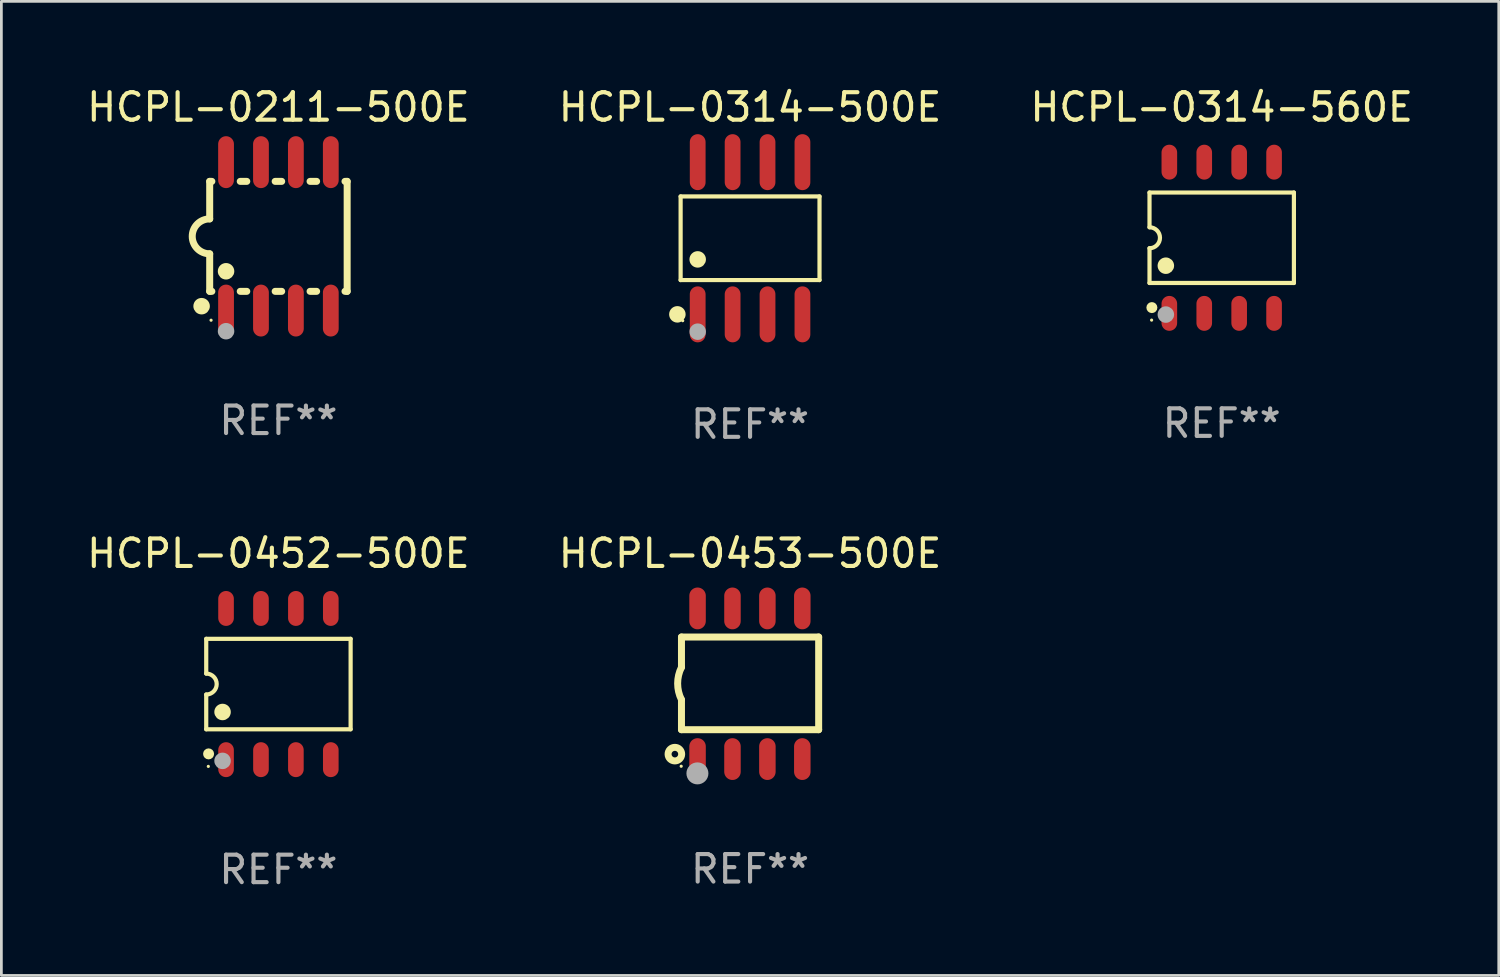
<source format=kicad_pcb>
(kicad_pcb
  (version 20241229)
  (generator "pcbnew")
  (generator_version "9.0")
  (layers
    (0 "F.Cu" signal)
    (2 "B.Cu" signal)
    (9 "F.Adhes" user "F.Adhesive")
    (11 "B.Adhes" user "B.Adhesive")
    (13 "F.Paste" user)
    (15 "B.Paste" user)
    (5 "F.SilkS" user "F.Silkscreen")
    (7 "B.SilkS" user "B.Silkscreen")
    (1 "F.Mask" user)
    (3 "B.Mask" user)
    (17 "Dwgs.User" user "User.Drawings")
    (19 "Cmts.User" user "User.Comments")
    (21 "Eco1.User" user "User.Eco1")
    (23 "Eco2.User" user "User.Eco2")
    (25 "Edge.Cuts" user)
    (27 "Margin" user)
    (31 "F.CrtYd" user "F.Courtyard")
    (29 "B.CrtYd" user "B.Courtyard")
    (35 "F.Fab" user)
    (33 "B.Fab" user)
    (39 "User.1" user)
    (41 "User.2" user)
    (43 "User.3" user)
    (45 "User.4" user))
  (footprint "HCPL-0453-500E"
    (layer "F.Cu")
    (at 24.232 21.82)
    (property "Reference" "HCPL-0453-500E" (at 0 -4.74 0) (layer "F.SilkS") (effects (font (size 1 1) (thickness 0.15))))
    (attr through_hole)
    (fp_line (start -2.495 -1.7) (end 2.495 -1.7) (stroke (width 0.254) (type solid)) (layer "F.SilkS"))
    (fp_line (start -2.495 -0.6) (end -2.495 -1.7) (stroke (width 0.254) (type solid)) (layer "F.SilkS"))
    (fp_line (start -2.495 1.671) (end -2.495 0.58) (stroke (width 0.254) (type solid)) (layer "F.SilkS"))
    (fp_line (start 2.495 -1.7) (end 2.495 1.671) (stroke (width 0.254) (type solid)) (layer "F.SilkS"))
    (fp_line (start 2.495 1.671) (end -2.495 1.671) (stroke (width 0.254) (type solid)) (layer "F.SilkS"))
    (fp_arc (start -2.495009 0.58001) (mid -2.634112 -0.009995) (end -2.495009 -0.6) (stroke (width 0.254001) (type solid)) (layer "F.SilkS"))
    (fp_circle (center -2.735 2.56) (end -2.615 2.56) (stroke (width 0.254) (type solid)) (fill no) (layer "F.SilkS"))
    (fp_circle (center -2.505 3) (end -2.475 3) (stroke (width 0.06) (type solid)) (fill no) (layer "F.SilkS"))
    (fp_circle (center -1.915 3.26) (end -1.715 3.26) (stroke (width 0.4) (type solid)) (fill no) (layer "F.Fab"))
    (fp_text user "REF**" (at 0 6.74 0) (layer "F.Fab") (effects (font (size 1 1) (thickness 0.15))))
    (pad "1" smd oval (at -1.91 2.74) (size 0.6 1.52) (layers "F.Cu" "F.Mask" "F.Paste"))
    (pad "2" smd oval (at -0.64 2.74) (size 0.6 1.52) (layers "F.Cu" "F.Mask" "F.Paste"))
    (pad "3" smd oval (at 0.63 2.74) (size 0.6 1.52) (layers "F.Cu" "F.Mask" "F.Paste"))
    (pad "4" smd oval (at 1.9 2.74) (size 0.6 1.52) (layers "F.Cu" "F.Mask" "F.Paste"))
    (pad "5" smd oval (at 1.9 -2.74) (size 0.6 1.52) (layers "F.Cu" "F.Mask" "F.Paste"))
    (pad "6" smd oval (at 0.63 -2.74) (size 0.6 1.52) (layers "F.Cu" "F.Mask" "F.Paste"))
    (pad "7" smd oval (at -0.64 -2.74) (size 0.6 1.52) (layers "F.Cu" "F.Mask" "F.Paste"))
    (pad "8" smd oval (at -1.91 -2.74) (size 0.6 1.52) (layers "F.Cu" "F.Mask" "F.Paste")))
  (footprint "HCPL-0314-500E"
    (layer "F.Cu")
    (at 24.232 5.616)
    (property "Reference" "HCPL-0314-500E" (at 0 -4.768 0) (layer "F.SilkS") (effects (font (size 1 1) (thickness 0.15))))
    (attr through_hole)
    (fp_line (start -2.526 -1.521) (end 2.526 -1.521) (stroke (width 0.152) (type solid)) (layer "F.SilkS"))
    (fp_line (start -2.526 1.521) (end -2.526 -1.521) (stroke (width 0.152) (type solid)) (layer "F.SilkS"))
    (fp_line (start 2.526 -1.521) (end 2.526 1.521) (stroke (width 0.152) (type solid)) (layer "F.SilkS"))
    (fp_line (start 2.526 1.521) (end -2.526 1.521) (stroke (width 0.152) (type solid)) (layer "F.SilkS"))
    (fp_circle (center -2.644 2.768) (end -2.494 2.768) (stroke (width 0.3) (type solid)) (fill no) (layer "F.SilkS"))
    (fp_circle (center -2.45 2.998) (end -2.42 2.998) (stroke (width 0.06) (type solid)) (fill no) (layer "F.SilkS"))
    (fp_circle (center -1.905 0.769) (end -1.755 0.769) (stroke (width 0.3) (type solid)) (fill no) (layer "F.SilkS"))
    (fp_circle (center -1.905 3.398) (end -1.755 3.398) (stroke (width 0.3) (type solid)) (fill no) (layer "F.Fab"))
    (fp_text user "REF**" (at 0 6.768 0) (layer "F.Fab") (effects (font (size 1 1) (thickness 0.15))))
    (pad "1" smd oval (at -1.905 2.768) (size 0.574 2.036) (layers "F.Cu" "F.Mask" "F.Paste"))
    (pad "2" smd oval (at -0.635 2.768) (size 0.574 2.036) (layers "F.Cu" "F.Mask" "F.Paste"))
    (pad "3" smd oval (at 0.635 2.768) (size 0.574 2.036) (layers "F.Cu" "F.Mask" "F.Paste"))
    (pad "4" smd oval (at 1.905 2.768) (size 0.574 2.036) (layers "F.Cu" "F.Mask" "F.Paste"))
    (pad "5" smd oval (at 1.905 -2.768) (size 0.574 2.036) (layers "F.Cu" "F.Mask" "F.Paste"))
    (pad "6" smd oval (at 0.635 -2.768) (size 0.574 2.036) (layers "F.Cu" "F.Mask" "F.Paste"))
    (pad "7" smd oval (at -0.635 -2.768) (size 0.574 2.036) (layers "F.Cu" "F.Mask" "F.Paste"))
    (pad "8" smd oval (at -1.905 -2.768) (size 0.574 2.036) (layers "F.Cu" "F.Mask" "F.Paste")))
  (footprint "HCPL-0211-500E"
    (layer "F.Cu")
    (at 7.077 5.547)
    (property "Reference" "HCPL-0211-500E" (at 0 -4.699 0) (layer "F.SilkS") (effects (font (size 1 1) (thickness 0.15))))
    (attr through_hole)
    (fp_line (start -2.5 -2) (end -2.5 -0.635) (stroke (width 0.254) (type solid)) (layer "F.SilkS"))
    (fp_line (start -2.5 -2) (end -2.421 -2) (stroke (width 0.254) (type solid)) (layer "F.SilkS"))
    (fp_line (start -2.5 2) (end -2.5 0.635) (stroke (width 0.254) (type solid)) (layer "F.SilkS"))
    (fp_line (start -2.5 2) (end -2.421 2) (stroke (width 0.254) (type solid)) (layer "F.SilkS"))
    (fp_line (start -1.389 -2) (end -1.151 -2) (stroke (width 0.254) (type solid)) (layer "F.SilkS"))
    (fp_line (start -1.389 2) (end -1.151 2) (stroke (width 0.254) (type solid)) (layer "F.SilkS"))
    (fp_line (start -0.119 -2) (end 0.119 -2) (stroke (width 0.254) (type solid)) (layer "F.SilkS"))
    (fp_line (start -0.119 2) (end 0.119 2) (stroke (width 0.254) (type solid)) (layer "F.SilkS"))
    (fp_line (start 1.151 -2) (end 1.389 -2) (stroke (width 0.254) (type solid)) (layer "F.SilkS"))
    (fp_line (start 1.151 2) (end 1.389 2) (stroke (width 0.254) (type solid)) (layer "F.SilkS"))
    (fp_line (start 2.421 -2) (end 2.5 -2) (stroke (width 0.254) (type solid)) (layer "F.SilkS"))
    (fp_line (start 2.421 2) (end 2.5 2) (stroke (width 0.254) (type solid)) (layer "F.SilkS"))
    (fp_line (start 2.5 -2) (end 2.5 2) (stroke (width 0.254) (type solid)) (layer "F.SilkS"))
    (fp_arc (start -2.5 0.635001) (mid -3.134366 -0.000318) (end -2.499365 -0.635001) (stroke (width 0.254001) (type solid)) (layer "F.SilkS"))
    (fp_circle (center -2.794 2.54) (end -2.644 2.54) (stroke (width 0.3) (type solid)) (fill no) (layer "F.SilkS"))
    (fp_circle (center -2.45 3.05) (end -2.42 3.05) (stroke (width 0.06) (type solid)) (fill no) (layer "F.SilkS"))
    (fp_circle (center -1.905 1.27) (end -1.755 1.27) (stroke (width 0.3) (type solid)) (fill no) (layer "F.SilkS"))
    (fp_circle (center -1.905 3.45) (end -1.755 3.45) (stroke (width 0.3) (type solid)) (fill no) (layer "F.Fab"))
    (fp_text user "REF**" (at 0 6.699 0) (layer "F.Fab") (effects (font (size 1 1) (thickness 0.15))))
    (pad "1" smd oval (at -1.905 2.699) (size 0.574 1.888) (layers "F.Cu" "F.Mask" "F.Paste"))
    (pad "2" smd oval (at -0.635 2.699) (size 0.574 1.888) (layers "F.Cu" "F.Mask" "F.Paste"))
    (pad "3" smd oval (at 0.635 2.699) (size 0.574 1.888) (layers "F.Cu" "F.Mask" "F.Paste"))
    (pad "4" smd oval (at 1.905 2.699) (size 0.574 1.888) (layers "F.Cu" "F.Mask" "F.Paste"))
    (pad "5" smd oval (at 1.905 -2.699) (size 0.574 1.888) (layers "F.Cu" "F.Mask" "F.Paste"))
    (pad "6" smd oval (at 0.635 -2.699) (size 0.574 1.888) (layers "F.Cu" "F.Mask" "F.Paste"))
    (pad "7" smd oval (at -0.635 -2.699) (size 0.574 1.888) (layers "F.Cu" "F.Mask" "F.Paste"))
    (pad "8" smd oval (at -1.905 -2.699) (size 0.574 1.888) (layers "F.Cu" "F.Mask" "F.Paste")))
  (footprint "HCPL-0314-560E"
    (layer "F.Cu")
    (at 41.387 5.598)
    (property "Reference" "HCPL-0314-560E" (at 0 -4.75 0) (layer "F.SilkS") (effects (font (size 1 1) (thickness 0.15))))
    (attr through_hole)
    (fp_line (start -2.626 -1.645) (end 2.626 -1.645) (stroke (width 0.152) (type solid)) (layer "F.SilkS"))
    (fp_line (start -2.626 -0.381) (end -2.626 -1.645) (stroke (width 0.152) (type solid)) (layer "F.SilkS"))
    (fp_line (start -2.626 0.381) (end -2.626 1.645) (stroke (width 0.152) (type solid)) (layer "F.SilkS"))
    (fp_line (start 2.626 -1.645) (end 2.626 1.645) (stroke (width 0.152) (type solid)) (layer "F.SilkS"))
    (fp_line (start 2.626 1.645) (end -2.626 1.645) (stroke (width 0.152) (type solid)) (layer "F.SilkS"))
    (fp_arc (start -2.626213 -0.381001) (mid -2.245212 0) (end -2.626213 0.381001) (stroke (width 0.151994) (type solid)) (layer "F.SilkS"))
    (fp_circle (center -2.55 2.995) (end -2.52 2.995) (stroke (width 0.06) (type solid)) (fill no) (layer "F.SilkS"))
    (fp_circle (center -2.54 2.54) (end -2.44 2.54) (stroke (width 0.2) (type solid)) (fill no) (layer "F.SilkS"))
    (fp_circle (center -2.032 1.016) (end -1.882 1.016) (stroke (width 0.3) (type solid)) (fill no) (layer "F.SilkS"))
    (fp_circle (center -2.032 2.794) (end -1.882 2.794) (stroke (width 0.3) (type solid)) (fill no) (layer "F.Fab"))
    (fp_text user "REF**" (at 0 6.75 0) (layer "F.Fab") (effects (font (size 1 1) (thickness 0.15))))
    (pad "1" smd oval (at -1.905 2.75) (size 0.568 1.27) (layers "F.Cu" "F.Mask" "F.Paste"))
    (pad "2" smd oval (at -0.635 2.75) (size 0.568 1.27) (layers "F.Cu" "F.Mask" "F.Paste"))
    (pad "3" smd oval (at 0.635 2.75) (size 0.568 1.27) (layers "F.Cu" "F.Mask" "F.Paste"))
    (pad "4" smd oval (at 1.905 2.75) (size 0.568 1.27) (layers "F.Cu" "F.Mask" "F.Paste"))
    (pad "5" smd oval (at 1.905 -2.75) (size 0.568 1.27) (layers "F.Cu" "F.Mask" "F.Paste"))
    (pad "6" smd oval (at 0.635 -2.75) (size 0.568 1.27) (layers "F.Cu" "F.Mask" "F.Paste"))
    (pad "7" smd oval (at -0.635 -2.75) (size 0.568 1.27) (layers "F.Cu" "F.Mask" "F.Paste"))
    (pad "8" smd oval (at -1.905 -2.75) (size 0.568 1.27) (layers "F.Cu" "F.Mask" "F.Paste")))
  (footprint "HCPL-0452-500E"
    (layer "F.Cu")
    (at 7.077 21.831)
    (property "Reference" "HCPL-0452-500E" (at 0 -4.75 0) (layer "F.SilkS") (effects (font (size 1 1) (thickness 0.15))))
    (attr through_hole)
    (fp_line (start -2.626 -1.645) (end 2.626 -1.645) (stroke (width 0.152) (type solid)) (layer "F.SilkS"))
    (fp_line (start -2.626 -0.381) (end -2.626 -1.645) (stroke (width 0.152) (type solid)) (layer "F.SilkS"))
    (fp_line (start -2.626 0.381) (end -2.626 1.645) (stroke (width 0.152) (type solid)) (layer "F.SilkS"))
    (fp_line (start 2.626 -1.645) (end 2.626 1.645) (stroke (width 0.152) (type solid)) (layer "F.SilkS"))
    (fp_line (start 2.626 1.645) (end -2.626 1.645) (stroke (width 0.152) (type solid)) (layer "F.SilkS"))
    (fp_arc (start -2.626213 -0.381001) (mid -2.245212 0) (end -2.626213 0.381001) (stroke (width 0.151994) (type solid)) (layer "F.SilkS"))
    (fp_circle (center -2.55 2.995) (end -2.52 2.995) (stroke (width 0.06) (type solid)) (fill no) (layer "F.SilkS"))
    (fp_circle (center -2.54 2.54) (end -2.44 2.54) (stroke (width 0.2) (type solid)) (fill no) (layer "F.SilkS"))
    (fp_circle (center -2.032 1.016) (end -1.882 1.016) (stroke (width 0.3) (type solid)) (fill no) (layer "F.SilkS"))
    (fp_circle (center -2.032 2.794) (end -1.882 2.794) (stroke (width 0.3) (type solid)) (fill no) (layer "F.Fab"))
    (fp_text user "REF**" (at 0 6.75 0) (layer "F.Fab") (effects (font (size 1 1) (thickness 0.15))))
    (pad "1" smd oval (at -1.905 2.75) (size 0.568 1.27) (layers "F.Cu" "F.Mask" "F.Paste"))
    (pad "2" smd oval (at -0.635 2.75) (size 0.568 1.27) (layers "F.Cu" "F.Mask" "F.Paste"))
    (pad "3" smd oval (at 0.635 2.75) (size 0.568 1.27) (layers "F.Cu" "F.Mask" "F.Paste"))
    (pad "4" smd oval (at 1.905 2.75) (size 0.568 1.27) (layers "F.Cu" "F.Mask" "F.Paste"))
    (pad "5" smd oval (at 1.905 -2.75) (size 0.568 1.27) (layers "F.Cu" "F.Mask" "F.Paste"))
    (pad "6" smd oval (at 0.635 -2.75) (size 0.568 1.27) (layers "F.Cu" "F.Mask" "F.Paste"))
    (pad "7" smd oval (at -0.635 -2.75) (size 0.568 1.27) (layers "F.Cu" "F.Mask" "F.Paste"))
    (pad "8" smd oval (at -1.905 -2.75) (size 0.568 1.27) (layers "F.Cu" "F.Mask" "F.Paste")))
  (gr_rect
    (start -3 -3)
    (end 51.464 32.429)
    (stroke (width 0.1) (type default))
    (fill no)
    (layer "Edge.Cuts")))
</source>
